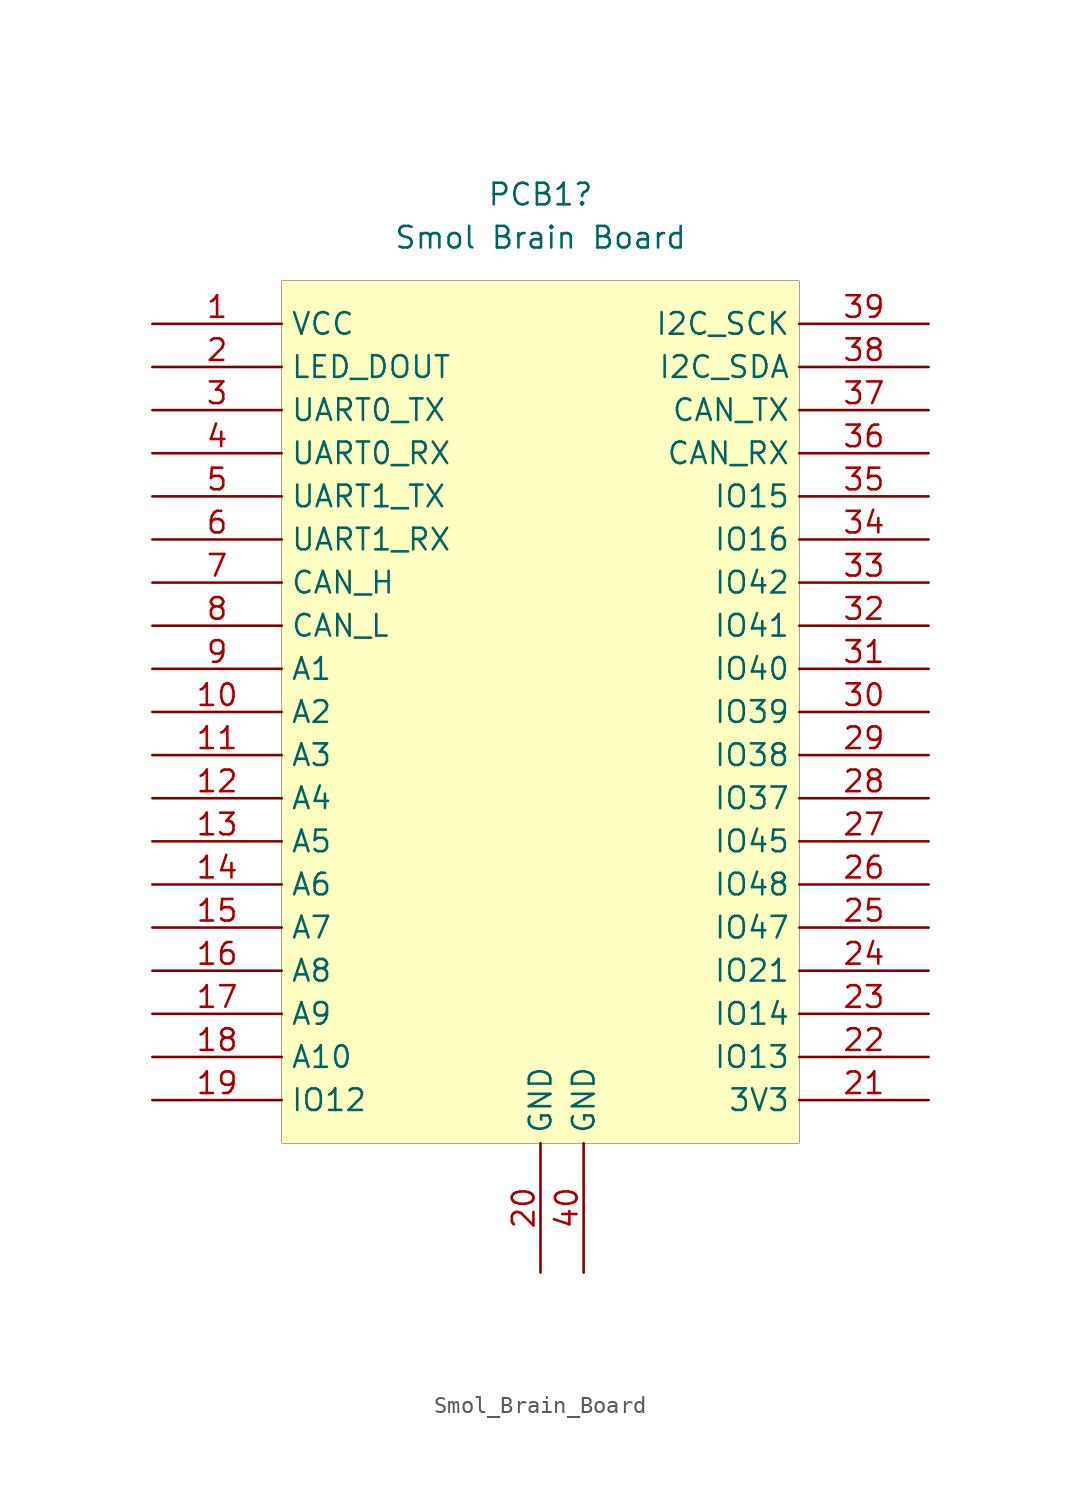
<source format=kicad_sym>
(kicad_symbol_lib
  (version 20241209)
  (generator "kicad_symbol_editor")
  (generator_version "9.0")
  (symbol "Smol_Brain_Board"
    (property "Reference" "PCB1"
      (at 0 35.56 0)
      (effects (font (size 1.27 1.27))))
    (property "Value" "Smol Brain Board"
      (at 0 33.02 0)
      (effects (font (size 1.27 1.27))))
    (symbol "Smol_Brain_Board_1_0"
      (rectangle (start -15.24 30.48) (end 15.24 -20.32) (stroke (width 0.025) (type solid) (color 128 0 0 1)) (fill (type background)))
      (pin power_in line (at -22.86 27.94 0) (length 7.62) (name "VCC" (effects (font (size 1.27 1.27)))) (number "1" (effects (font (size 1.27 1.27)))))
      (pin bidirectional line (at -22.86 25.4 0) (length 7.62) (name "LED_DOUT" (effects (font (size 1.27 1.27)))) (number "2" (effects (font (size 1.27 1.27)))))
      (pin bidirectional line (at -22.86 22.86 0) (length 7.62) (name "UART0_TX" (effects (font (size 1.27 1.27)))) (number "3" (effects (font (size 1.27 1.27)))))
      (pin bidirectional line (at -22.86 20.32 0) (length 7.62) (name "UART0_RX" (effects (font (size 1.27 1.27)))) (number "4" (effects (font (size 1.27 1.27)))))
      (pin bidirectional line (at -22.86 17.78 0) (length 7.62) (name "UART1_TX" (effects (font (size 1.27 1.27)))) (number "5" (effects (font (size 1.27 1.27)))))
      (pin bidirectional line (at -22.86 15.24 0) (length 7.62) (name "UART1_RX" (effects (font (size 1.27 1.27)))) (number "6" (effects (font (size 1.27 1.27)))))
      (pin bidirectional line (at -22.86 12.7 0) (length 7.62) (name "CAN_H" (effects (font (size 1.27 1.27)))) (number "7" (effects (font (size 1.27 1.27)))))
      (pin bidirectional line (at -22.86 10.16 0) (length 7.62) (name "CAN_L" (effects (font (size 1.27 1.27)))) (number "8" (effects (font (size 1.27 1.27)))))
      (pin bidirectional line (at -22.86 7.62 0) (length 7.62) (name "A1" (effects (font (size 1.27 1.27)))) (number "9" (effects (font (size 1.27 1.27)))))
      (pin bidirectional line (at -22.86 5.08 0) (length 7.62) (name "A2" (effects (font (size 1.27 1.27)))) (number "10" (effects (font (size 1.27 1.27)))))
      (pin bidirectional line (at -22.86 2.54 0) (length 7.62) (name "A3" (effects (font (size 1.27 1.27)))) (number "11" (effects (font (size 1.27 1.27)))))
      (pin bidirectional line (at -22.86 0 0) (length 7.62) (name "A4" (effects (font (size 1.27 1.27)))) (number "12" (effects (font (size 1.27 1.27)))))
      (pin bidirectional line (at -22.86 -2.54 0) (length 7.62) (name "A5" (effects (font (size 1.27 1.27)))) (number "13" (effects (font (size 1.27 1.27)))))
      (pin bidirectional line (at -22.86 -5.08 0) (length 7.62) (name "A6" (effects (font (size 1.27 1.27)))) (number "14" (effects (font (size 1.27 1.27)))))
      (pin bidirectional line (at -22.86 -7.62 0) (length 7.62) (name "A7" (effects (font (size 1.27 1.27)))) (number "15" (effects (font (size 1.27 1.27)))))
      (pin bidirectional line (at -22.86 -10.16 0) (length 7.62) (name "A8" (effects (font (size 1.27 1.27)))) (number "16" (effects (font (size 1.27 1.27)))))
      (pin bidirectional line (at -22.86 -12.7 0) (length 7.62) (name "A9" (effects (font (size 1.27 1.27)))) (number "17" (effects (font (size 1.27 1.27)))))
      (pin bidirectional line (at -22.86 -15.24 0) (length 7.62) (name "A10" (effects (font (size 1.27 1.27)))) (number "18" (effects (font (size 1.27 1.27)))))
      (pin bidirectional line (at -22.86 -17.78 0) (length 7.62) (name "IO12" (effects (font (size 1.27 1.27)))) (number "19" (effects (font (size 1.27 1.27)))))
      (pin power_in line (at 0 -27.94 90) (length 7.62) (name "GND" (effects (font (size 1.27 1.27)))) (number "20" (effects (font (size 1.27 1.27)))))
      (pin power_in line (at 2.54 -27.94 90) (length 7.62) (name "GND" (effects (font (size 1.27 1.27)))) (number "40" (effects (font (size 1.27 1.27)))))
      (pin bidirectional line (at 22.86 27.94 180) (length 7.62) (name "I2C_SCK" (effects (font (size 1.27 1.27)))) (number "39" (effects (font (size 1.27 1.27)))))
      (pin bidirectional line (at 22.86 25.4 180) (length 7.62) (name "I2C_SDA" (effects (font (size 1.27 1.27)))) (number "38" (effects (font (size 1.27 1.27)))))
      (pin bidirectional line (at 22.86 22.86 180) (length 7.62) (name "CAN_TX" (effects (font (size 1.27 1.27)))) (number "37" (effects (font (size 1.27 1.27)))))
      (pin bidirectional line (at 22.86 20.32 180) (length 7.62) (name "CAN_RX" (effects (font (size 1.27 1.27)))) (number "36" (effects (font (size 1.27 1.27)))))
      (pin bidirectional line (at 22.86 17.78 180) (length 7.62) (name "IO15" (effects (font (size 1.27 1.27)))) (number "35" (effects (font (size 1.27 1.27)))))
      (pin bidirectional line (at 22.86 15.24 180) (length 7.62) (name "IO16" (effects (font (size 1.27 1.27)))) (number "34" (effects (font (size 1.27 1.27)))))
      (pin bidirectional line (at 22.86 12.7 180) (length 7.62) (name "IO42" (effects (font (size 1.27 1.27)))) (number "33" (effects (font (size 1.27 1.27)))))
      (pin bidirectional line (at 22.86 10.16 180) (length 7.62) (name "IO41" (effects (font (size 1.27 1.27)))) (number "32" (effects (font (size 1.27 1.27)))))
      (pin bidirectional line (at 22.86 7.62 180) (length 7.62) (name "IO40" (effects (font (size 1.27 1.27)))) (number "31" (effects (font (size 1.27 1.27)))))
      (pin bidirectional line (at 22.86 5.08 180) (length 7.62) (name "IO39" (effects (font (size 1.27 1.27)))) (number "30" (effects (font (size 1.27 1.27)))))
      (pin bidirectional line (at 22.86 2.54 180) (length 7.62) (name "IO38" (effects (font (size 1.27 1.27)))) (number "29" (effects (font (size 1.27 1.27)))))
      (pin bidirectional line (at 22.86 0 180) (length 7.62) (name "IO37" (effects (font (size 1.27 1.27)))) (number "28" (effects (font (size 1.27 1.27)))))
      (pin bidirectional line (at 22.86 -2.54 180) (length 7.62) (name "IO45" (effects (font (size 1.27 1.27)))) (number "27" (effects (font (size 1.27 1.27)))))
      (pin bidirectional line (at 22.86 -5.08 180) (length 7.62) (name "IO48" (effects (font (size 1.27 1.27)))) (number "26" (effects (font (size 1.27 1.27)))))
      (pin bidirectional line (at 22.86 -7.62 180) (length 7.62) (name "IO47" (effects (font (size 1.27 1.27)))) (number "25" (effects (font (size 1.27 1.27)))))
      (pin bidirectional line (at 22.86 -10.16 180) (length 7.62) (name "IO21" (effects (font (size 1.27 1.27)))) (number "24" (effects (font (size 1.27 1.27)))))
      (pin bidirectional line (at 22.86 -12.7 180) (length 7.62) (name "IO14" (effects (font (size 1.27 1.27)))) (number "23" (effects (font (size 1.27 1.27)))))
      (pin bidirectional line (at 22.86 -15.24 180) (length 7.62) (name "IO13" (effects (font (size 1.27 1.27)))) (number "22" (effects (font (size 1.27 1.27)))))
      (pin power_out line (at 22.86 -17.78 180) (length 7.62) (name "3V3" (effects (font (size 1.27 1.27)))) (number "21" (effects (font (size 1.27 1.27))))))))
</source>
